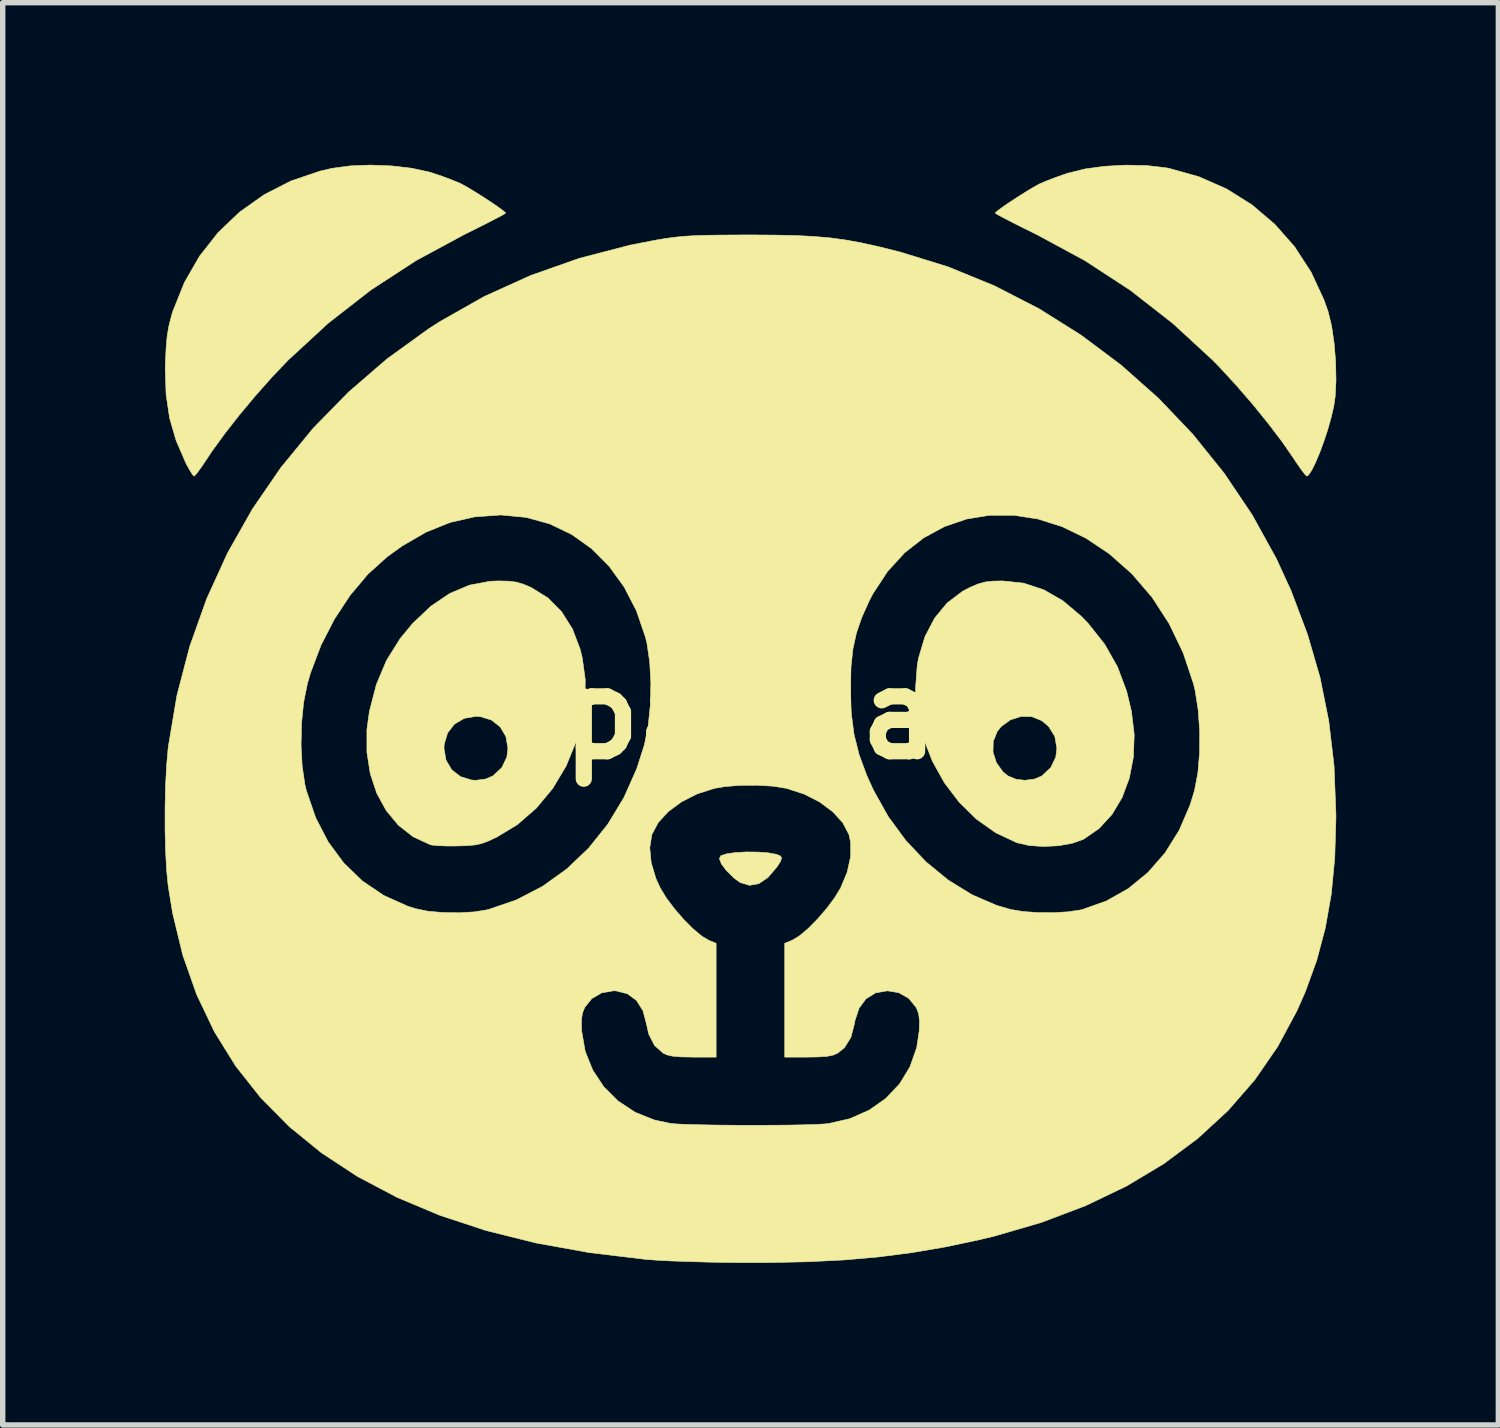
<source format=kicad_pcb>
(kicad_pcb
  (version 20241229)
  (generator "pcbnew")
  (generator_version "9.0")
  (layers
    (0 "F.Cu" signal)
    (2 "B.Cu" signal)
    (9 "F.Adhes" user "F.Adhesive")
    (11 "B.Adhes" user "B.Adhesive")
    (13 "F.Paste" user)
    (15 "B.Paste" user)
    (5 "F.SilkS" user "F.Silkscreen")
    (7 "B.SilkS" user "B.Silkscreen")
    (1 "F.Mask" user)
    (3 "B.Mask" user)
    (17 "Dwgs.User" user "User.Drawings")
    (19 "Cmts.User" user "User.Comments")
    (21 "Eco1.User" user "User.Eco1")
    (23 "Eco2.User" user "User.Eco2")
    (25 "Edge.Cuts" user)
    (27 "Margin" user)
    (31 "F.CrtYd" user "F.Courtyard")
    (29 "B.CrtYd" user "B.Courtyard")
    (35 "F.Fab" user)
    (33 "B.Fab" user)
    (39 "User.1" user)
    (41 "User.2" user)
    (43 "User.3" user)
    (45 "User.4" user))
  (footprint "panda"
    (layer "F.Cu")
    (at 10.839 10.165)
    (property "Reference" "panda" (at 0 0 0) (layer "F.SilkS") (effects (font (size 1.524 1.524) (thickness 0.3))))
    (attr through_hole)
    (fp_poly (pts (xy 0.133 2.555) (xy 0.326 2.569) (xy 0.479 2.597) (xy 0.55 2.625) (xy 0.577 2.661) (xy 0.559 2.723) (xy 0.494 2.826) (xy 0.326 3.024) (xy 0.155 3.14) (xy -0.017 3.171) (xy -0.189 3.119) (xy -0.303 3.037) (xy -0.446 2.896) (xy -0.538 2.772) (xy -0.574 2.678) (xy -0.55 2.624) (xy -0.442 2.588) (xy -0.276 2.564) (xy -0.076 2.553) (xy 0.133 2.555)) (stroke (width 0.01) (type solid)) (fill yes) (layer "F.SilkS"))
    (fp_poly (pts (xy -6.644 -10.145) (xy -6.272 -10.102) (xy -5.945 -10.031) (xy -5.884 -10.012) (xy -5.697 -9.949) (xy -5.519 -9.882) (xy -5.382 -9.826) (xy -5.355 -9.813) (xy -5.251 -9.756) (xy -5.114 -9.674) (xy -4.961 -9.578) (xy -4.81 -9.479) (xy -4.676 -9.388) (xy -4.578 -9.317) (xy -4.532 -9.276) (xy -4.531 -9.272) (xy -4.567 -9.247) (xy -4.669 -9.192) (xy -4.823 -9.112) (xy -5.02 -9.012) (xy -5.247 -8.899) (xy -5.293 -8.877) (xy -6.188 -8.393) (xy -7.027 -7.847) (xy -7.813 -7.235) (xy -8.551 -6.555) (xy -8.556 -6.55) (xy -8.852 -6.24) (xy -9.157 -5.896) (xy -9.456 -5.539) (xy -9.731 -5.187) (xy -9.967 -4.862) (xy -10.054 -4.731) (xy -10.15 -4.588) (xy -10.231 -4.476) (xy -10.284 -4.412) (xy -10.297 -4.403) (xy -10.33 -4.438) (xy -10.387 -4.529) (xy -10.45 -4.646) (xy -10.629 -5.061) (xy -10.75 -5.476) (xy -10.815 -5.914) (xy -10.831 -6.397) (xy -10.827 -6.53) (xy -10.813 -6.8) (xy -10.793 -7.012) (xy -10.761 -7.193) (xy -10.715 -7.371) (xy -10.691 -7.451) (xy -10.477 -7.985) (xy -10.196 -8.473) (xy -9.852 -8.911) (xy -9.452 -9.292) (xy -9 -9.612) (xy -8.503 -9.866) (xy -7.966 -10.048) (xy -7.748 -10.099) (xy -7.41 -10.145) (xy -7.033 -10.16) (xy -6.644 -10.145)) (stroke (width 0.01) (type solid)) (fill yes) (layer "F.SilkS"))
    (fp_poly (pts (xy 7.332 -10.151) (xy 7.681 -10.111) (xy 7.748 -10.099) (xy 8.299 -9.945) (xy 8.812 -9.719) (xy 9.282 -9.424) (xy 9.703 -9.066) (xy 10.07 -8.65) (xy 10.376 -8.18) (xy 10.616 -7.663) (xy 10.691 -7.451) (xy 10.756 -7.184) (xy 10.803 -6.864) (xy 10.831 -6.519) (xy 10.838 -6.178) (xy 10.822 -5.87) (xy 10.798 -5.704) (xy 10.752 -5.502) (xy 10.69 -5.281) (xy 10.617 -5.057) (xy 10.539 -4.844) (xy 10.461 -4.658) (xy 10.389 -4.513) (xy 10.33 -4.424) (xy 10.297 -4.403) (xy 10.262 -4.437) (xy 10.194 -4.526) (xy 10.104 -4.655) (xy 10.054 -4.731) (xy 9.842 -5.038) (xy 9.582 -5.38) (xy 9.292 -5.738) (xy 8.987 -6.09) (xy 8.685 -6.418) (xy 8.556 -6.55) (xy 7.818 -7.23) (xy 7.032 -7.843) (xy 6.194 -8.39) (xy 5.3 -8.874) (xy 5.293 -8.877) (xy 5.062 -8.991) (xy 4.858 -9.094) (xy 4.695 -9.178) (xy 4.582 -9.239) (xy 4.532 -9.27) (xy 4.531 -9.272) (xy 4.564 -9.305) (xy 4.652 -9.371) (xy 4.779 -9.459) (xy 4.928 -9.557) (xy 5.081 -9.654) (xy 5.223 -9.74) (xy 5.336 -9.804) (xy 5.355 -9.813) (xy 5.476 -9.865) (xy 5.646 -9.93) (xy 5.833 -9.996) (xy 5.884 -10.012) (xy 6.197 -10.089) (xy 6.562 -10.138) (xy 6.95 -10.159) (xy 7.332 -10.151)) (stroke (width 0.01) (type solid)) (fill yes) (layer "F.SilkS"))
    (fp_poly (pts (xy 5.056 -2.422) (xy 5.428 -2.3) (xy 5.784 -2.095) (xy 6.125 -1.807) (xy 6.253 -1.674) (xy 6.558 -1.289) (xy 6.793 -0.875) (xy 6.964 -0.418) (xy 7.052 -0.049) (xy 7.103 0.382) (xy 7.088 0.798) (xy 7.012 1.189) (xy 6.879 1.546) (xy 6.692 1.859) (xy 6.454 2.118) (xy 6.169 2.315) (xy 6.16 2.32) (xy 5.955 2.393) (xy 5.7 2.438) (xy 5.426 2.452) (xy 5.161 2.434) (xy 4.935 2.383) (xy 4.931 2.382) (xy 4.54 2.198) (xy 4.182 1.945) (xy 3.864 1.633) (xy 3.59 1.272) (xy 3.367 0.872) (xy 3.303 0.707) (xy 4.49 0.707) (xy 4.553 0.903) (xy 4.675 1.072) (xy 4.768 1.147) (xy 4.915 1.207) (xy 5.08 1.227) (xy 5.258 1.204) (xy 5.392 1.147) (xy 5.559 0.992) (xy 5.652 0.797) (xy 5.672 0.635) (xy 5.633 0.414) (xy 5.519 0.23) (xy 5.392 0.123) (xy 5.208 0.049) (xy 5.008 0.045) (xy 4.812 0.108) (xy 4.643 0.23) (xy 4.568 0.323) (xy 4.494 0.507) (xy 4.49 0.707) (xy 3.303 0.707) (xy 3.2 0.444) (xy 3.094 -0.002) (xy 3.055 -0.457) (xy 3.088 -0.909) (xy 3.112 -1.037) (xy 3.231 -1.434) (xy 3.409 -1.774) (xy 3.641 -2.055) (xy 3.926 -2.271) (xy 4.054 -2.339) (xy 4.208 -2.405) (xy 4.342 -2.443) (xy 4.493 -2.46) (xy 4.668 -2.463) (xy 5.056 -2.422)) (stroke (width 0.01) (type solid)) (fill yes) (layer "F.SilkS"))
    (fp_poly (pts (xy -4.473 -2.459) (xy -4.326 -2.44) (xy -4.191 -2.398) (xy -4.054 -2.339) (xy -3.749 -2.149) (xy -3.495 -1.893) (xy -3.295 -1.576) (xy -3.152 -1.201) (xy -3.112 -1.037) (xy -3.057 -0.635) (xy -3.064 -0.234) (xy -3.135 0.187) (xy -3.225 0.508) (xy -3.411 0.963) (xy -3.659 1.377) (xy -3.962 1.741) (xy -4.312 2.046) (xy -4.686 2.273) (xy -4.846 2.349) (xy -4.975 2.397) (xy -5.103 2.424) (xy -5.261 2.437) (xy -5.414 2.442) (xy -5.603 2.443) (xy -5.771 2.437) (xy -5.892 2.426) (xy -5.927 2.418) (xy -6.242 2.272) (xy -6.515 2.059) (xy -6.74 1.788) (xy -6.915 1.468) (xy -7.036 1.105) (xy -7.098 0.709) (xy -7.098 0.635) (xy -5.672 0.635) (xy -5.634 0.854) (xy -5.528 1.033) (xy -5.366 1.159) (xy -5.16 1.222) (xy -5.08 1.227) (xy -4.902 1.204) (xy -4.768 1.147) (xy -4.601 0.992) (xy -4.508 0.797) (xy -4.488 0.635) (xy -4.526 0.416) (xy -4.632 0.237) (xy -4.794 0.111) (xy -5 0.048) (xy -5.08 0.043) (xy -5.299 0.081) (xy -5.478 0.187) (xy -5.604 0.349) (xy -5.667 0.555) (xy -5.672 0.635) (xy -7.098 0.635) (xy -7.098 0.289) (xy -7.052 -0.049) (xy -6.923 -0.547) (xy -6.736 -0.991) (xy -6.483 -1.396) (xy -6.253 -1.674) (xy -5.917 -1.994) (xy -5.566 -2.231) (xy -5.201 -2.385) (xy -4.819 -2.457) (xy -4.668 -2.463) (xy -4.473 -2.459)) (stroke (width 0.01) (type solid)) (fill yes) (layer "F.SilkS"))
    (fp_poly (pts (xy 0.451 -8.864) (xy 0.835 -8.856) (xy 1.169 -8.839) (xy 1.472 -8.813) (xy 1.76 -8.774) (xy 2.052 -8.721) (xy 2.365 -8.652) (xy 2.716 -8.564) (xy 2.773 -8.55) (xy 3.657 -8.277) (xy 4.514 -7.926) (xy 5.336 -7.504) (xy 6.12 -7.012) (xy 6.861 -6.457) (xy 7.553 -5.843) (xy 8.191 -5.173) (xy 8.771 -4.452) (xy 9.287 -3.685) (xy 9.734 -2.875) (xy 10.007 -2.28) (xy 10.31 -1.475) (xy 10.542 -0.678) (xy 10.704 0.129) (xy 10.802 0.962) (xy 10.836 1.838) (xy 10.837 1.925) (xy 10.815 2.658) (xy 10.751 3.332) (xy 10.64 3.96) (xy 10.481 4.559) (xy 10.27 5.141) (xy 10.114 5.494) (xy 9.757 6.158) (xy 9.332 6.774) (xy 8.838 7.341) (xy 8.277 7.857) (xy 7.651 8.323) (xy 6.959 8.738) (xy 6.204 9.1) (xy 5.386 9.41) (xy 4.507 9.666) (xy 4.212 9.736) (xy 3.595 9.866) (xy 2.988 9.969) (xy 2.375 10.048) (xy 1.738 10.104) (xy 1.061 10.138) (xy 0.327 10.153) (xy -0.085 10.154) (xy -0.439 10.151) (xy -0.799 10.144) (xy -1.146 10.134) (xy -1.463 10.123) (xy -1.73 10.109) (xy -1.926 10.095) (xy -2.978 9.969) (xy -3.966 9.791) (xy -4.89 9.561) (xy -5.749 9.278) (xy -6.544 8.944) (xy -7.273 8.559) (xy -7.937 8.123) (xy -8.534 7.637) (xy -9.064 7.101) (xy -9.527 6.515) (xy -9.922 5.879) (xy -10.024 5.664) (xy -3.128 5.664) (xy -3.125 5.841) (xy -3.124 5.866) (xy -3.058 6.244) (xy -2.918 6.592) (xy -2.713 6.901) (xy -2.449 7.163) (xy -2.134 7.371) (xy -1.775 7.515) (xy -1.482 7.577) (xy -1.357 7.588) (xy -1.163 7.596) (xy -0.913 7.603) (xy -0.622 7.608) (xy -0.303 7.611) (xy 0.027 7.612) (xy 0.356 7.611) (xy 0.668 7.609) (xy 0.949 7.604) (xy 1.184 7.597) (xy 1.36 7.588) (xy 1.439 7.581) (xy 1.839 7.49) (xy 2.197 7.332) (xy 2.506 7.115) (xy 2.761 6.845) (xy 2.953 6.529) (xy 3.078 6.173) (xy 3.124 5.866) (xy 3.129 5.681) (xy 3.114 5.55) (xy 3.074 5.443) (xy 3.067 5.431) (xy 2.932 5.264) (xy 2.746 5.158) (xy 2.535 5.123) (xy 2.317 5.161) (xy 2.14 5.27) (xy 2.011 5.444) (xy 1.934 5.677) (xy 1.925 5.733) (xy 1.859 5.985) (xy 1.74 6.176) (xy 1.616 6.276) (xy 1.53 6.313) (xy 1.415 6.336) (xy 1.25 6.347) (xy 1.062 6.35) (xy 0.635 6.35) (xy 0.635 4.244) (xy 0.773 4.187) (xy 0.907 4.106) (xy 1.069 3.97) (xy 1.242 3.795) (xy 1.411 3.599) (xy 1.56 3.399) (xy 1.668 3.222) (xy 1.791 2.927) (xy 1.855 2.639) (xy 1.855 2.374) (xy 1.824 2.232) (xy 1.711 2.015) (xy 1.526 1.811) (xy 1.284 1.63) (xy 0.997 1.483) (xy 0.678 1.379) (xy 0.667 1.376) (xy 0.419 1.336) (xy 0.123 1.318) (xy -0.186 1.32) (xy -0.475 1.343) (xy -0.667 1.376) (xy -0.987 1.479) (xy -1.275 1.625) (xy -1.519 1.805) (xy -1.706 2.008) (xy -1.821 2.225) (xy -1.824 2.232) (xy -1.863 2.474) (xy -1.837 2.75) (xy -1.75 3.043) (xy -1.668 3.222) (xy -1.553 3.41) (xy -1.402 3.61) (xy -1.233 3.805) (xy -1.059 3.978) (xy -0.899 4.112) (xy -0.773 4.187) (xy -0.635 4.244) (xy -0.635 6.35) (xy -1.062 6.35) (xy -1.283 6.346) (xy -1.438 6.333) (xy -1.547 6.308) (xy -1.616 6.276) (xy -1.775 6.134) (xy -1.881 5.927) (xy -1.925 5.733) (xy -1.99 5.488) (xy -2.109 5.301) (xy -2.277 5.178) (xy -2.487 5.124) (xy -2.535 5.123) (xy -2.754 5.161) (xy -2.938 5.269) (xy -3.067 5.431) (xy -3.11 5.537) (xy -3.128 5.664) (xy -10.024 5.664) (xy -10.248 5.195) (xy -10.506 4.463) (xy -10.695 3.682) (xy -10.776 3.181) (xy -10.805 2.89) (xy -10.824 2.538) (xy -10.834 2.146) (xy -10.834 1.738) (xy -10.825 1.336) (xy -10.806 0.963) (xy -10.778 0.64) (xy -10.772 0.594) (xy -10.768 0.57) (xy -8.317 0.57) (xy -8.297 0.958) (xy -8.246 1.305) (xy -8.219 1.418) (xy -8.046 1.921) (xy -7.813 2.37) (xy -7.523 2.762) (xy -7.179 3.093) (xy -6.784 3.359) (xy -6.343 3.557) (xy -6.202 3.602) (xy -5.973 3.649) (xy -5.694 3.674) (xy -5.395 3.679) (xy -5.11 3.662) (xy -4.869 3.623) (xy -4.848 3.618) (xy -4.33 3.44) (xy -3.845 3.188) (xy -3.398 2.867) (xy -2.995 2.483) (xy -2.641 2.041) (xy -2.342 1.548) (xy -2.102 1.008) (xy -1.961 0.565) (xy -1.892 0.218) (xy -1.852 -0.17) (xy -1.845 -0.466) (xy 1.85 -0.466) (xy 1.866 -0.02) (xy 1.917 0.376) (xy 2.011 0.752) (xy 2.154 1.139) (xy 2.278 1.411) (xy 2.55 1.898) (xy 2.877 2.343) (xy 3.25 2.737) (xy 3.66 3.073) (xy 4.099 3.344) (xy 4.557 3.542) (xy 4.814 3.617) (xy 5.041 3.655) (xy 5.314 3.675) (xy 5.603 3.677) (xy 5.877 3.661) (xy 6.105 3.627) (xy 6.144 3.618) (xy 6.589 3.46) (xy 6.996 3.23) (xy 7.359 2.932) (xy 7.673 2.572) (xy 7.934 2.155) (xy 8.137 1.685) (xy 8.219 1.418) (xy 8.281 1.093) (xy 8.313 0.717) (xy 8.315 0.318) (xy 8.287 -0.078) (xy 8.229 -0.441) (xy 8.2 -0.562) (xy 8.009 -1.133) (xy 7.751 -1.67) (xy 7.434 -2.16) (xy 7.063 -2.592) (xy 7.05 -2.605) (xy 6.641 -2.966) (xy 6.212 -3.253) (xy 5.771 -3.467) (xy 5.322 -3.609) (xy 4.874 -3.679) (xy 4.431 -3.679) (xy 4.002 -3.609) (xy 3.591 -3.469) (xy 3.206 -3.26) (xy 2.853 -2.984) (xy 2.539 -2.64) (xy 2.269 -2.229) (xy 2.199 -2.095) (xy 2.061 -1.789) (xy 1.962 -1.5) (xy 1.897 -1.205) (xy 1.862 -0.878) (xy 1.85 -0.494) (xy 1.85 -0.466) (xy -1.845 -0.466) (xy -1.843 -0.572) (xy -1.864 -0.961) (xy -1.915 -1.309) (xy -1.941 -1.418) (xy -2.109 -1.909) (xy -2.336 -2.349) (xy -2.615 -2.735) (xy -2.941 -3.062) (xy -3.309 -3.324) (xy -3.713 -3.518) (xy -4.149 -3.639) (xy -4.61 -3.683) (xy -4.629 -3.683) (xy -5.105 -3.649) (xy -5.56 -3.545) (xy -6.004 -3.366) (xy -6.445 -3.111) (xy -6.724 -2.91) (xy -7.08 -2.589) (xy -7.408 -2.199) (xy -7.7 -1.756) (xy -7.948 -1.273) (xy -8.141 -0.764) (xy -8.2 -0.562) (xy -8.269 -0.218) (xy -8.308 0.169) (xy -8.317 0.57) (xy -10.768 0.57) (xy -10.615 -0.341) (xy -10.377 -1.252) (xy -10.063 -2.134) (xy -9.676 -2.982) (xy -9.217 -3.793) (xy -8.689 -4.562) (xy -8.096 -5.285) (xy -7.439 -5.957) (xy -6.723 -6.575) (xy -5.949 -7.134) (xy -5.742 -7.266) (xy -4.928 -7.727) (xy -4.069 -8.116) (xy -3.167 -8.434) (xy -2.224 -8.679) (xy -1.736 -8.774) (xy -1.565 -8.802) (xy -1.404 -8.824) (xy -1.239 -8.841) (xy -1.055 -8.852) (xy -0.839 -8.86) (xy -0.576 -8.864) (xy -0.251 -8.866) (xy 0 -8.867) (xy 0.451 -8.864)) (stroke (width 0.01) (type solid)) (fill yes) (layer "F.SilkS")))
  (gr_rect
    (start -3 -3)
    (end 24.682 23.324)
    (stroke (width 0.1) (type default))
    (fill no)
    (layer "Edge.Cuts")))
</source>
